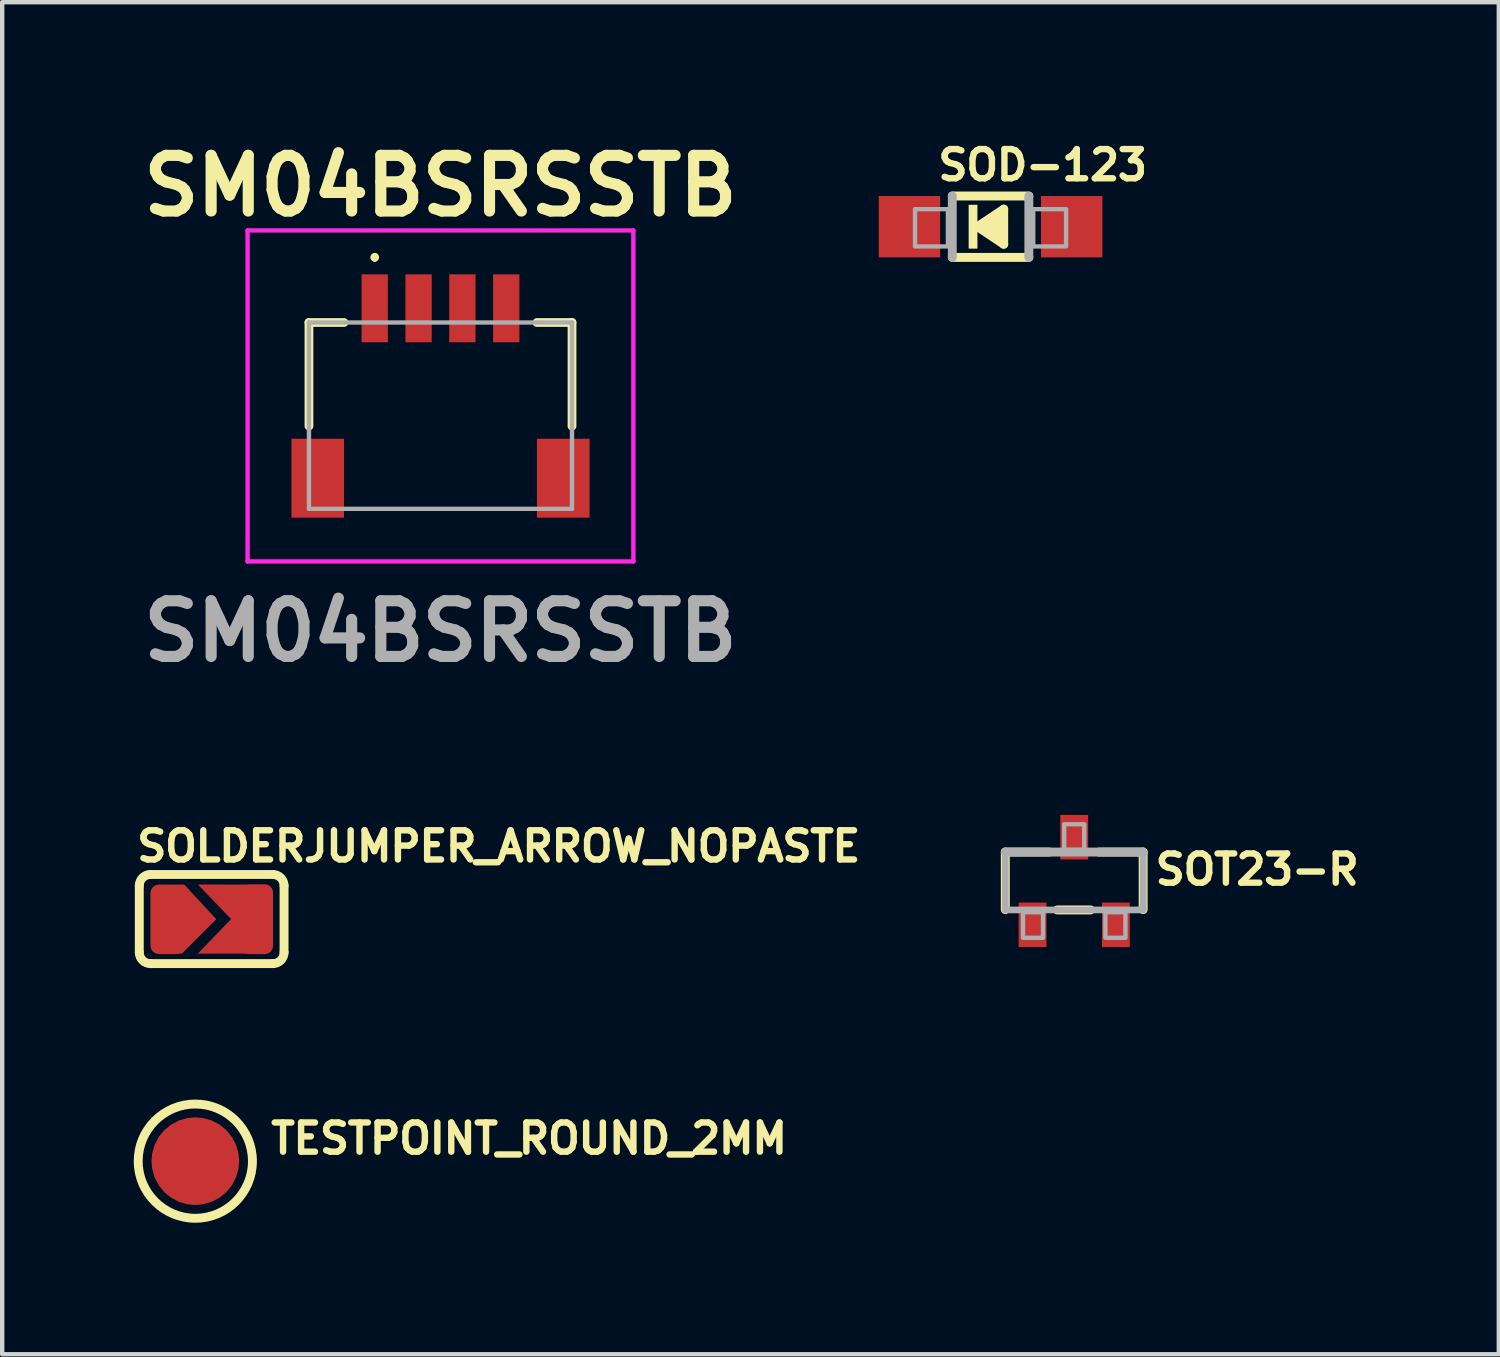
<source format=kicad_pcb>
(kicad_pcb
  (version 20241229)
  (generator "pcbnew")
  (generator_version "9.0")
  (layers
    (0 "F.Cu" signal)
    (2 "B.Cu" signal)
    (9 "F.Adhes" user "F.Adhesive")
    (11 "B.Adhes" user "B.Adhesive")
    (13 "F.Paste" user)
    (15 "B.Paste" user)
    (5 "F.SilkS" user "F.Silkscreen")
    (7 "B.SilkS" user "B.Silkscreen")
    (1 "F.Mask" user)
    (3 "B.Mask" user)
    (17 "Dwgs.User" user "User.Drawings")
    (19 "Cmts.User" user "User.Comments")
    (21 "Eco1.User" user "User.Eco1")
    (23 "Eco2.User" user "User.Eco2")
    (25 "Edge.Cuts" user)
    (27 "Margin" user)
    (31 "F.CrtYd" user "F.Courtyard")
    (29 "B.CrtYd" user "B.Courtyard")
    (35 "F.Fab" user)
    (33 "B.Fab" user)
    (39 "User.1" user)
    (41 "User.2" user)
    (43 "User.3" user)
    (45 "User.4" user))
  (footprint "TESTPOINT_ROUND_2MM"
    (layer "F.Cu")
    (at 1.405 23.435)
    (property "Reference" "TESTPOINT_ROUND_2MM" (at 1.651 -0.127 0) (layer "F.SilkS") (effects (font (size 0.666 0.666) (thickness 0.146)) (justify left bottom)))
    (fp_circle (center 0 0) (end 1.303 0) (stroke (width 0.203) (type solid)) (fill no) (layer "F.SilkS"))
    (pad "P$1" smd roundrect (at 0 0) (size 2 2) (layers "F.Cu" "F.Mask") (roundrect_rratio 0.5)))
  (footprint "SM04BSRSSTB"
    (layer "F.Cu")
    (at 6.997 6.269)
    (property "Reference" "SM04BSRSSTB" (at 0 -5.08 0) (layer "F.SilkS") (effects (font (size 1.27 1.27) (thickness 0.254))))
    (attr smd)
    (fp_line (start -3 -1.963) (end -2.2 -1.963) (stroke (width 0.2) (type solid)) (layer "F.SilkS"))
    (fp_line (start -3 0.4) (end -3 -1.963) (stroke (width 0.2) (type solid)) (layer "F.SilkS"))
    (fp_line (start -1.5 -3.5) (end -1.5 -3.5) (stroke (width 0.1) (type solid)) (layer "F.SilkS"))
    (fp_line (start -1.5 -3.4) (end -1.5 -3.4) (stroke (width 0.1) (type solid)) (layer "F.SilkS"))
    (fp_line (start 3 -1.963) (end 2.2 -1.963) (stroke (width 0.2) (type solid)) (layer "F.SilkS"))
    (fp_line (start 3 0.4) (end 3 -1.963) (stroke (width 0.2) (type solid)) (layer "F.SilkS"))
    (fp_arc (start -1.5 -3.5) (mid -1.45 -3.45) (end -1.5 -3.4) (stroke (width 0.1) (type solid)) (layer "F.SilkS"))
    (fp_arc (start -1.5 -3.4) (mid -1.55 -3.45) (end -1.5 -3.5) (stroke (width 0.1) (type solid)) (layer "F.SilkS"))
    (fp_line (start -4.4 -4.063) (end 4.4 -4.063) (stroke (width 0.1) (type solid)) (layer "F.CrtYd"))
    (fp_line (start -4.4 3.487) (end -4.4 -4.063) (stroke (width 0.1) (type solid)) (layer "F.CrtYd"))
    (fp_line (start 4.4 -4.063) (end 4.4 3.487) (stroke (width 0.1) (type solid)) (layer "F.CrtYd"))
    (fp_line (start 4.4 3.487) (end -4.4 3.487) (stroke (width 0.1) (type solid)) (layer "F.CrtYd"))
    (fp_line (start -3 -1.963) (end 3 -1.963) (stroke (width 0.1) (type solid)) (layer "F.Fab"))
    (fp_line (start -3 2.287) (end -3 -1.963) (stroke (width 0.1) (type solid)) (layer "F.Fab"))
    (fp_line (start 3 -1.963) (end 3 2.287) (stroke (width 0.1) (type solid)) (layer "F.Fab"))
    (fp_line (start 3 2.287) (end -3 2.287) (stroke (width 0.1) (type solid)) (layer "F.Fab"))
    (fp_text user "${REFERENCE}" (at 0 5.08 0) (layer "F.Fab") (effects (font (size 1.27 1.27) (thickness 0.254))))
    (pad "1" smd rect (at -1.5 -2.287) (size 0.6 1.55) (layers "F.Cu" "F.Mask" "F.Paste"))
    (pad "2" smd rect (at -0.5 -2.287) (size 0.6 1.55) (layers "F.Cu" "F.Mask" "F.Paste"))
    (pad "3" smd rect (at 0.5 -2.287) (size 0.6 1.55) (layers "F.Cu" "F.Mask" "F.Paste"))
    (pad "4" smd rect (at 1.5 -2.287) (size 0.6 1.55) (layers "F.Cu" "F.Mask" "F.Paste"))
    (pad "MP1" smd rect (at -2.8 1.588) (size 1.2 1.8) (layers "F.Cu" "F.Mask" "F.Paste"))
    (pad "MP2" smd rect (at 2.8 1.588) (size 1.2 1.8) (layers "F.Cu" "F.Mask" "F.Paste")))
  (footprint "SOT23-R"
    (layer "F.Cu")
    (at 21.452 17.045)
    (property "Reference" "SOT23-R" (at 1.778 0.127 0) (layer "F.SilkS") (effects (font (size 0.666 0.666) (thickness 0.146)) (justify left bottom)))
    (fp_line (start -1.572 -0.66) (end -0.564 -0.66) (stroke (width 0.203) (type solid)) (layer "F.SilkS"))
    (fp_line (start -1.572 0.652) (end -1.572 -0.66) (stroke (width 0.203) (type solid)) (layer "F.SilkS"))
    (fp_line (start 0.372 0.66) (end -0.386 0.66) (stroke (width 0.203) (type solid)) (layer "F.SilkS"))
    (fp_line (start 0.564 -0.66) (end 1.572 -0.66) (stroke (width 0.203) (type solid)) (layer "F.SilkS"))
    (fp_line (start 1.572 -0.66) (end 1.572 0.652) (stroke (width 0.203) (type solid)) (layer "F.SilkS"))
    (fp_line (start -1.572 -0.66) (end 1.572 -0.66) (stroke (width 0.203) (type solid)) (layer "F.Fab"))
    (fp_line (start -1.572 0.66) (end -1.572 -0.66) (stroke (width 0.152) (type solid)) (layer "F.Fab"))
    (fp_line (start 1.572 -0.66) (end 1.572 0.66) (stroke (width 0.152) (type solid)) (layer "F.Fab"))
    (fp_line (start 1.572 0.66) (end -1.572 0.66) (stroke (width 0.152) (type solid)) (layer "F.Fab"))
    (fp_poly (pts (xy -1.168 1.295) (xy -0.711 1.295) (xy -0.711 0.711) (xy -1.168 0.711)) (stroke (width 0.1) (type default)) (fill no) (layer "F.Fab"))
    (fp_poly (pts (xy -0.229 -0.711) (xy 0.229 -0.711) (xy 0.229 -1.295) (xy -0.229 -1.295)) (stroke (width 0.1) (type default)) (fill no) (layer "F.Fab"))
    (fp_poly (pts (xy 0.711 1.295) (xy 1.168 1.295) (xy 1.168 0.711) (xy 0.711 0.711)) (stroke (width 0.1) (type default)) (fill no) (layer "F.Fab"))
    (pad "1" smd rect (at -0.95 1) (size 0.635 1.016) (layers "F.Cu" "F.Mask" "F.Paste"))
    (pad "2" smd rect (at 0.95 1) (size 0.635 1.016) (layers "F.Cu" "F.Mask" "F.Paste"))
    (pad "3" smd rect (at 0 -1) (size 0.635 1.016) (layers "F.Cu" "F.Mask" "F.Paste")))
  (footprint "SOLDERJUMPER_ARROW_NOPASTE"
    (layer "F.Cu")
    (at 1.778 17.913)
    (property "Reference" "SOLDERJUMPER_ARROW_NOPASTE" (at -1.778 -1.27 0) (layer "F.SilkS") (effects (font (size 0.666 0.666) (thickness 0.146)) (justify left bottom)))
    (fp_poly (pts (xy 0.106 0.003) (xy -0.679 0.788) (xy -0.795 0.788) (xy -0.795 -0.788) (xy -0.627 -0.788)) (stroke (width 0) (type default)) (fill yes) (layer "F.Cu"))
    (fp_poly (pts (xy 0.795 0.788) (xy -0.316 0.788) (xy 0.443 0) (xy -0.316 -0.788) (xy 0.795 -0.788)) (stroke (width 0) (type default)) (fill yes) (layer "F.Cu"))
    (fp_poly (pts (xy -0.921 0.826) (xy 0.9 0.826) (xy 0.9 -0.826) (xy -0.921 -0.826)) (stroke (width 0) (type default)) (fill yes) (layer "F.Mask"))
    (fp_line (start -1.651 0.762) (end -1.651 -0.762) (stroke (width 0.203) (type solid)) (layer "F.SilkS"))
    (fp_line (start -1.397 -1.016) (end 1.397 -1.016) (stroke (width 0.203) (type solid)) (layer "F.SilkS"))
    (fp_line (start 1.397 1.016) (end -1.397 1.016) (stroke (width 0.203) (type solid)) (layer "F.SilkS"))
    (fp_line (start 1.651 0.762) (end 1.651 -0.762) (stroke (width 0.203) (type solid)) (layer "F.SilkS"))
    (fp_arc (start -1.651 -0.762) (mid -1.576605 -0.941605) (end -1.397 -1.016) (stroke (width 0.2032) (type solid)) (layer "F.SilkS"))
    (fp_arc (start -1.397 1.016) (mid -1.576605 0.941605) (end -1.651 0.762) (stroke (width 0.2032) (type solid)) (layer "F.SilkS"))
    (fp_arc (start 1.397 -1.016) (mid 1.576605 -0.941605) (end 1.651 -0.762) (stroke (width 0.2032) (type solid)) (layer "F.SilkS"))
    (fp_arc (start 1.651 0.762) (mid 1.576605 0.941605) (end 1.397 1.016) (stroke (width 0.2032) (type solid)) (layer "F.SilkS"))
    (fp_poly (pts (xy 0.443 0) (xy -0.316 0.788) (xy -0.681 0.788) (xy -0.28 0.39) (xy 0.108 0.003) (xy -0.623 -0.787) (xy -0.316 -0.788)) (stroke (width 0) (type default)) (fill yes) (layer "F.Paste"))
    (pad "1" smd roundrect (at -1.012 0.006) (size 0.77 1.588) (layers "F.Cu" "F.Mask") (roundrect_rratio 0.25))
    (pad "2" smd roundrect (at 1.029 0.003) (size 0.742 1.593) (layers "F.Cu" "F.Mask") (roundrect_rratio 0.25)))
  (footprint "SOD-123"
    (layer "F.Cu")
    (at 19.544 2.121)
    (property "Reference" "SOD-123" (at -1.27 -1.016 0) (layer "F.SilkS") (effects (font (size 0.666 0.666) (thickness 0.146)) (justify left bottom)))
    (fp_line (start -0.873 -0.7) (end 0.873 -0.7) (stroke (width 0.203) (type solid)) (layer "F.SilkS"))
    (fp_line (start -0.3 0) (end 0.3 -0.4) (stroke (width 0.203) (type solid)) (layer "F.SilkS"))
    (fp_line (start 0.3 -0.4) (end 0.3 0.4) (stroke (width 0.203) (type solid)) (layer "F.SilkS"))
    (fp_line (start 0.3 0.4) (end -0.3 0) (stroke (width 0.203) (type solid)) (layer "F.SilkS"))
    (fp_line (start 0.873 0.7) (end -0.873 0.7) (stroke (width 0.203) (type solid)) (layer "F.SilkS"))
    (fp_poly (pts (xy 0.302 0.39) (xy -0.283 0) (xy 0.302 -0.39)) (stroke (width 0) (type default)) (fill yes) (layer "F.SilkS"))
    (fp_poly (pts (xy -0.5 0.5) (xy -0.3 0.5) (xy -0.3 -0.5) (xy -0.5 -0.5)) (stroke (width 0) (type default)) (fill yes) (layer "F.SilkS"))
    (fp_line (start -0.873 0.7) (end -0.873 -0.7) (stroke (width 0.203) (type solid)) (layer "F.Fab"))
    (fp_line (start 0.873 -0.7) (end 0.873 0.7) (stroke (width 0.203) (type solid)) (layer "F.Fab"))
    (fp_poly (pts (xy -1.723 0.45) (xy -0.973 0.45) (xy -0.973 -0.4) (xy -1.723 -0.4)) (stroke (width 0.1) (type default)) (fill no) (layer "F.Fab"))
    (fp_poly (pts (xy 0.973 0.45) (xy 1.723 0.45) (xy 1.723 -0.4) (xy 0.973 -0.4)) (stroke (width 0.1) (type default)) (fill no) (layer "F.Fab"))
    (pad "A" smd rect (at 1.85 0 90) (size 1.4 1.4) (layers "F.Cu" "F.Mask" "F.Paste"))
    (pad "C" smd rect (at -1.85 0 90) (size 1.4 1.4) (layers "F.Cu" "F.Mask" "F.Paste")))
  (gr_rect
    (start -3 -3)
    (end 31.137 27.839)
    (stroke (width 0.1) (type default))
    (fill no)
    (layer "Edge.Cuts")))
</source>
